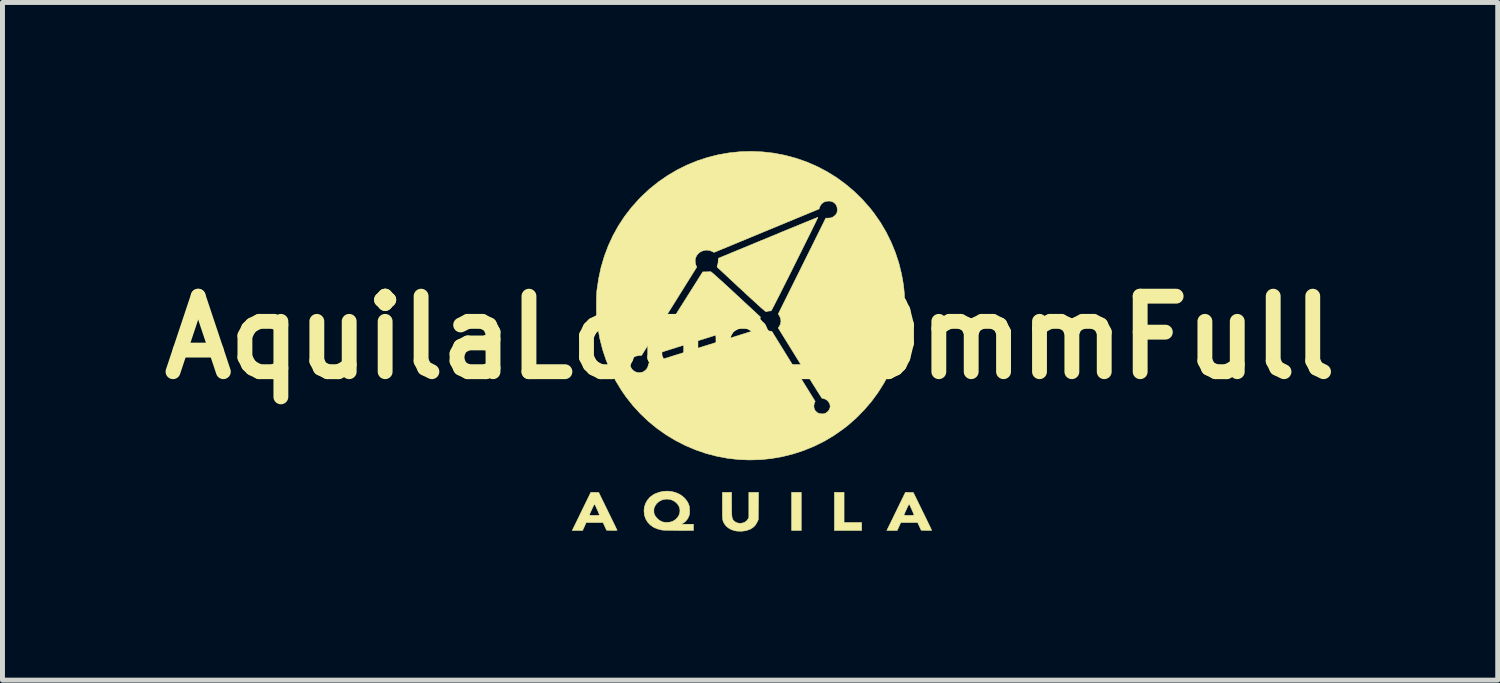
<source format=kicad_pcb>
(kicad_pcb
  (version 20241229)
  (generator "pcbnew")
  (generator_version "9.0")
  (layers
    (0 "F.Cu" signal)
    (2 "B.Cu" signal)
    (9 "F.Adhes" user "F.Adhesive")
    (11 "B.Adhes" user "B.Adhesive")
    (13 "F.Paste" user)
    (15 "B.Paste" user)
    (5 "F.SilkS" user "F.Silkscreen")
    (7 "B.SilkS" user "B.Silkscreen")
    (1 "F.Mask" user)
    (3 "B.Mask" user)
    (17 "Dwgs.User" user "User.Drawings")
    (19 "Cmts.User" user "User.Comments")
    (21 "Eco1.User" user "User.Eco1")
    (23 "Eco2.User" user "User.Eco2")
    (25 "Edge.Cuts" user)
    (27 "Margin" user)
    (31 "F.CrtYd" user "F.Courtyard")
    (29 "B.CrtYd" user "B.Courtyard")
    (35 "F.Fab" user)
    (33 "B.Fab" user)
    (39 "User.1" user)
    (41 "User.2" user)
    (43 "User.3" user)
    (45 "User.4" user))
  (footprint "AquilaLogo10mmFull"
    (layer "F.Cu")
    (at 12.09 3.763)
    (property "Reference" "AquilaLogo10mmFull" (at 0 0 0) (layer "F.SilkS") (effects (font (size 1.524 1.524) (thickness 0.3))))
    (attr through_hole)
    (fp_poly (pts (xy 1.033 3.895) (xy 0.838 3.895) (xy 0.838 3.124) (xy 1.033 3.124) (xy 1.033 3.895)) (stroke (width 0.01) (type solid)) (fill yes) (layer "F.SilkS"))
    (fp_poly (pts (xy 1.897 3.734) (xy 2.252 3.734) (xy 2.252 3.895) (xy 1.702 3.895) (xy 1.702 3.124) (xy 1.897 3.124) (xy 1.897 3.734)) (stroke (width 0.01) (type solid)) (fill yes) (layer "F.SilkS"))
    (fp_poly (pts (xy -0.787 -1.325) (xy -0.767 -1.309) (xy -0.735 -1.282) (xy -0.693 -1.245) (xy -0.641 -1.198) (xy -0.579 -1.143) (xy -0.508 -1.078) (xy -0.429 -1.006) (xy -0.342 -0.925) (xy -0.287 -0.874) (xy 0.208 -0.415) (xy 0.2 -0.37) (xy 0.192 -0.324) (xy -0.901 0.017) (xy -1.033 0.058) (xy -1.16 0.098) (xy -1.282 0.136) (xy -1.398 0.172) (xy -1.506 0.206) (xy -1.607 0.238) (xy -1.698 0.266) (xy -1.779 0.292) (xy -1.85 0.314) (xy -1.908 0.332) (xy -1.953 0.346) (xy -1.985 0.356) (xy -2.002 0.361) (xy -2.004 0.362) (xy -2.014 0.362) (xy -2.015 0.36) (xy -2.011 0.352) (xy -1.998 0.331) (xy -1.977 0.297) (xy -1.949 0.251) (xy -1.914 0.195) (xy -1.872 0.129) (xy -1.825 0.054) (xy -1.773 -0.029) (xy -1.716 -0.119) (xy -1.656 -0.215) (xy -1.592 -0.317) (xy -1.525 -0.423) (xy -1.485 -0.486) (xy -0.955 -1.325) (xy -0.882 -1.326) (xy -0.847 -1.327) (xy -0.818 -1.328) (xy -0.799 -1.33) (xy -0.796 -1.33) (xy -0.787 -1.325)) (stroke (width 0.01) (type solid)) (fill yes) (layer "F.SilkS"))
    (fp_poly (pts (xy -0.373 3.37) (xy -0.372 3.447) (xy -0.372 3.509) (xy -0.37 3.558) (xy -0.368 3.596) (xy -0.364 3.625) (xy -0.359 3.648) (xy -0.352 3.666) (xy -0.343 3.681) (xy -0.331 3.695) (xy -0.328 3.699) (xy -0.29 3.728) (xy -0.246 3.745) (xy -0.197 3.75) (xy -0.149 3.743) (xy -0.104 3.726) (xy -0.067 3.697) (xy -0.046 3.671) (xy -0.025 3.635) (xy -0.025 3.124) (xy 0.171 3.124) (xy 0.168 3.402) (xy 0.165 3.679) (xy 0.137 3.736) (xy 0.102 3.792) (xy 0.056 3.836) (xy -0.001 3.87) (xy -0.07 3.894) (xy -0.093 3.9) (xy -0.175 3.91) (xy -0.26 3.907) (xy -0.31 3.899) (xy -0.38 3.876) (xy -0.441 3.842) (xy -0.491 3.797) (xy -0.528 3.743) (xy -0.541 3.714) (xy -0.546 3.7) (xy -0.55 3.685) (xy -0.553 3.669) (xy -0.555 3.648) (xy -0.557 3.622) (xy -0.558 3.587) (xy -0.558 3.541) (xy -0.559 3.483) (xy -0.559 3.411) (xy -0.559 3.395) (xy -0.559 3.124) (xy -0.373 3.124) (xy -0.373 3.37)) (stroke (width 0.01) (type solid)) (fill yes) (layer "F.SilkS"))
    (fp_poly (pts (xy -3.135 3.126) (xy -3.055 3.128) (xy -2.87 3.507) (xy -2.833 3.582) (xy -2.799 3.652) (xy -2.768 3.715) (xy -2.741 3.771) (xy -2.718 3.818) (xy -2.701 3.855) (xy -2.689 3.879) (xy -2.684 3.89) (xy -2.684 3.891) (xy -2.692 3.892) (xy -2.714 3.893) (xy -2.746 3.893) (xy -2.785 3.893) (xy -2.79 3.893) (xy -2.896 3.89) (xy -2.932 3.812) (xy -2.968 3.734) (xy -3.308 3.734) (xy -3.344 3.814) (xy -3.381 3.895) (xy -3.59 3.895) (xy -3.579 3.871) (xy -3.573 3.859) (xy -3.56 3.833) (xy -3.542 3.796) (xy -3.518 3.747) (xy -3.49 3.69) (xy -3.459 3.626) (xy -3.438 3.583) (xy -3.243 3.583) (xy -3.235 3.586) (xy -3.213 3.588) (xy -3.181 3.589) (xy -3.142 3.59) (xy -3.141 3.59) (xy -3.102 3.589) (xy -3.07 3.588) (xy -3.048 3.586) (xy -3.04 3.583) (xy -3.04 3.583) (xy -3.043 3.573) (xy -3.052 3.552) (xy -3.064 3.522) (xy -3.079 3.487) (xy -3.096 3.451) (xy -3.111 3.416) (xy -3.124 3.387) (xy -3.134 3.367) (xy -3.138 3.36) (xy -3.143 3.364) (xy -3.152 3.382) (xy -3.166 3.408) (xy -3.182 3.441) (xy -3.198 3.476) (xy -3.214 3.511) (xy -3.228 3.542) (xy -3.238 3.567) (xy -3.243 3.582) (xy -3.243 3.583) (xy -3.438 3.583) (xy -3.425 3.556) (xy -3.391 3.486) (xy -3.214 3.124) (xy -3.135 3.126)) (stroke (width 0.01) (type solid)) (fill yes) (layer "F.SilkS"))
    (fp_poly (pts (xy 3.215 3.126) (xy 3.295 3.128) (xy 3.48 3.507) (xy 3.517 3.582) (xy 3.551 3.652) (xy 3.582 3.715) (xy 3.609 3.771) (xy 3.632 3.818) (xy 3.649 3.855) (xy 3.661 3.879) (xy 3.666 3.89) (xy 3.666 3.891) (xy 3.658 3.892) (xy 3.636 3.893) (xy 3.604 3.893) (xy 3.565 3.893) (xy 3.56 3.893) (xy 3.454 3.89) (xy 3.418 3.812) (xy 3.382 3.734) (xy 3.042 3.734) (xy 3.006 3.814) (xy 2.969 3.895) (xy 2.76 3.895) (xy 2.771 3.871) (xy 2.777 3.859) (xy 2.79 3.833) (xy 2.808 3.796) (xy 2.832 3.747) (xy 2.86 3.69) (xy 2.891 3.626) (xy 2.912 3.583) (xy 3.107 3.583) (xy 3.115 3.586) (xy 3.137 3.588) (xy 3.169 3.589) (xy 3.208 3.59) (xy 3.209 3.59) (xy 3.248 3.589) (xy 3.28 3.588) (xy 3.302 3.586) (xy 3.31 3.583) (xy 3.31 3.583) (xy 3.307 3.573) (xy 3.298 3.552) (xy 3.286 3.522) (xy 3.271 3.487) (xy 3.254 3.451) (xy 3.239 3.416) (xy 3.226 3.387) (xy 3.216 3.367) (xy 3.212 3.36) (xy 3.207 3.364) (xy 3.198 3.382) (xy 3.184 3.408) (xy 3.168 3.441) (xy 3.152 3.476) (xy 3.136 3.511) (xy 3.122 3.542) (xy 3.112 3.567) (xy 3.107 3.582) (xy 3.107 3.583) (xy 2.912 3.583) (xy 2.925 3.556) (xy 2.959 3.486) (xy 3.136 3.124) (xy 3.215 3.126)) (stroke (width 0.01) (type solid)) (fill yes) (layer "F.SilkS"))
    (fp_poly (pts (xy -1.584 3.108) (xy -1.504 3.128) (xy -1.43 3.16) (xy -1.364 3.203) (xy -1.308 3.256) (xy -1.263 3.319) (xy -1.25 3.344) (xy -1.237 3.375) (xy -1.228 3.403) (xy -1.224 3.434) (xy -1.221 3.476) (xy -1.221 3.48) (xy -1.22 3.522) (xy -1.222 3.554) (xy -1.227 3.581) (xy -1.236 3.608) (xy -1.26 3.657) (xy -1.295 3.701) (xy -1.334 3.736) (xy -1.357 3.75) (xy -1.393 3.768) (xy -1.268 3.768) (xy -1.143 3.768) (xy -1.143 3.895) (xy -1.441 3.894) (xy -1.513 3.893) (xy -1.58 3.892) (xy -1.642 3.891) (xy -1.695 3.89) (xy -1.737 3.889) (xy -1.767 3.887) (xy -1.78 3.886) (xy -1.867 3.864) (xy -1.944 3.831) (xy -2.01 3.786) (xy -2.063 3.731) (xy -2.104 3.666) (xy -2.13 3.593) (xy -2.134 3.574) (xy -2.141 3.497) (xy -1.942 3.497) (xy -1.941 3.533) (xy -1.935 3.561) (xy -1.921 3.59) (xy -1.916 3.599) (xy -1.881 3.646) (xy -1.835 3.687) (xy -1.782 3.716) (xy -1.771 3.72) (xy -1.727 3.729) (xy -1.676 3.731) (xy -1.623 3.727) (xy -1.577 3.715) (xy -1.565 3.711) (xy -1.51 3.678) (xy -1.467 3.637) (xy -1.437 3.59) (xy -1.419 3.538) (xy -1.415 3.484) (xy -1.425 3.431) (xy -1.449 3.38) (xy -1.489 3.334) (xy -1.49 3.333) (xy -1.543 3.295) (xy -1.602 3.271) (xy -1.664 3.261) (xy -1.725 3.264) (xy -1.784 3.28) (xy -1.838 3.309) (xy -1.885 3.35) (xy -1.916 3.395) (xy -1.932 3.425) (xy -1.94 3.453) (xy -1.942 3.486) (xy -1.942 3.497) (xy -2.141 3.497) (xy -2.141 3.496) (xy -2.133 3.419) (xy -2.109 3.347) (xy -2.071 3.281) (xy -2.021 3.223) (xy -1.958 3.176) (xy -1.92 3.155) (xy -1.837 3.123) (xy -1.752 3.105) (xy -1.667 3.1) (xy -1.584 3.108)) (stroke (width 0.01) (type solid)) (fill yes) (layer "F.SilkS"))
    (fp_poly (pts (xy 1.369 -2.427) (xy 1.366 -2.419) (xy 1.356 -2.397) (xy 1.339 -2.362) (xy 1.317 -2.315) (xy 1.289 -2.258) (xy 1.256 -2.191) (xy 1.219 -2.115) (xy 1.178 -2.033) (xy 1.134 -1.944) (xy 1.087 -1.85) (xy 1.039 -1.752) (xy 0.988 -1.651) (xy 0.937 -1.548) (xy 0.885 -1.444) (xy 0.834 -1.341) (xy 0.783 -1.239) (xy 0.733 -1.14) (xy 0.685 -1.045) (xy 0.64 -0.955) (xy 0.597 -0.87) (xy 0.558 -0.793) (xy 0.522 -0.723) (xy 0.492 -0.663) (xy 0.466 -0.614) (xy 0.446 -0.575) (xy 0.432 -0.55) (xy 0.425 -0.538) (xy 0.425 -0.537) (xy 0.413 -0.538) (xy 0.39 -0.536) (xy 0.362 -0.532) (xy 0.336 -0.526) (xy 0.322 -0.522) (xy 0.313 -0.527) (xy 0.292 -0.543) (xy 0.259 -0.571) (xy 0.214 -0.61) (xy 0.158 -0.661) (xy 0.09 -0.723) (xy 0.01 -0.796) (xy -0.081 -0.879) (xy -0.169 -0.962) (xy -0.246 -1.032) (xy -0.318 -1.1) (xy -0.387 -1.164) (xy -0.449 -1.222) (xy -0.506 -1.275) (xy -0.555 -1.321) (xy -0.596 -1.359) (xy -0.628 -1.388) (xy -0.649 -1.408) (xy -0.659 -1.417) (xy -0.659 -1.418) (xy -0.666 -1.428) (xy -0.665 -1.441) (xy -0.657 -1.464) (xy -0.657 -1.464) (xy -0.649 -1.493) (xy -0.644 -1.529) (xy -0.643 -1.549) (xy -0.642 -1.581) (xy -0.636 -1.6) (xy -0.633 -1.603) (xy -0.624 -1.606) (xy -0.6 -1.616) (xy -0.563 -1.632) (xy -0.512 -1.653) (xy -0.45 -1.678) (xy -0.377 -1.709) (xy -0.294 -1.743) (xy -0.202 -1.781) (xy -0.102 -1.822) (xy 0.006 -1.867) (xy 0.119 -1.914) (xy 0.238 -1.963) (xy 0.362 -2.014) (xy 0.372 -2.018) (xy 0.495 -2.069) (xy 0.614 -2.119) (xy 0.728 -2.166) (xy 0.836 -2.21) (xy 0.936 -2.251) (xy 1.028 -2.289) (xy 1.111 -2.323) (xy 1.185 -2.353) (xy 1.247 -2.378) (xy 1.298 -2.399) (xy 1.335 -2.414) (xy 1.36 -2.423) (xy 1.369 -2.427) (xy 1.369 -2.427)) (stroke (width 0.01) (type solid)) (fill yes) (layer "F.SilkS"))
    (fp_poly (pts (xy 0.249 -3.748) (xy 0.474 -3.723) (xy 0.699 -3.68) (xy 0.711 -3.677) (xy 0.931 -3.618) (xy 1.146 -3.543) (xy 1.353 -3.453) (xy 1.553 -3.348) (xy 1.745 -3.229) (xy 1.927 -3.096) (xy 2.1 -2.95) (xy 2.263 -2.791) (xy 2.415 -2.62) (xy 2.501 -2.51) (xy 2.63 -2.325) (xy 2.745 -2.131) (xy 2.845 -1.929) (xy 2.931 -1.72) (xy 3.002 -1.505) (xy 3.056 -1.286) (xy 3.081 -1.151) (xy 3.094 -1.07) (xy 3.103 -0.997) (xy 3.11 -0.928) (xy 3.115 -0.857) (xy 3.118 -0.781) (xy 3.119 -0.695) (xy 3.119 -0.643) (xy 3.119 -0.55) (xy 3.117 -0.469) (xy 3.113 -0.396) (xy 3.107 -0.326) (xy 3.099 -0.256) (xy 3.088 -0.18) (xy 3.081 -0.135) (xy 3.036 0.087) (xy 2.976 0.304) (xy 2.899 0.516) (xy 2.808 0.721) (xy 2.702 0.919) (xy 2.583 1.109) (xy 2.449 1.291) (xy 2.302 1.462) (xy 2.143 1.624) (xy 1.972 1.774) (xy 1.875 1.849) (xy 1.69 1.978) (xy 1.497 2.093) (xy 1.295 2.193) (xy 1.087 2.278) (xy 0.874 2.348) (xy 0.656 2.403) (xy 0.434 2.442) (xy 0.21 2.465) (xy -0.015 2.471) (xy -0.224 2.463) (xy -0.45 2.438) (xy -0.672 2.396) (xy -0.89 2.339) (xy -1.102 2.266) (xy -1.308 2.179) (xy -1.506 2.077) (xy -1.697 1.962) (xy -1.88 1.833) (xy -2.053 1.691) (xy -2.216 1.536) (xy -2.368 1.37) (xy -2.508 1.192) (xy -2.595 1.066) (xy -2.713 0.872) (xy -2.816 0.671) (xy -2.866 0.551) (xy -2.421 0.551) (xy -2.41 0.595) (xy -2.388 0.635) (xy -2.357 0.667) (xy -2.317 0.692) (xy -2.273 0.706) (xy -2.224 0.709) (xy -2.174 0.699) (xy -2.151 0.689) (xy -2.108 0.658) (xy -2.075 0.617) (xy -2.056 0.569) (xy -2.054 0.559) (xy -2.049 0.526) (xy -1.966 0.5) (xy -1.948 0.494) (xy -1.915 0.484) (xy -1.867 0.469) (xy -1.807 0.45) (xy -1.735 0.428) (xy -1.651 0.402) (xy -1.558 0.372) (xy -1.456 0.34) (xy -1.346 0.306) (xy -1.229 0.269) (xy -1.107 0.231) (xy -0.979 0.191) (xy -0.848 0.15) (xy -0.818 0.141) (xy 0.248 -0.193) (xy 0.288 -0.168) (xy 0.328 -0.149) (xy 0.375 -0.135) (xy 0.384 -0.133) (xy 0.44 -0.124) (xy 0.877 0.583) (xy 1.314 1.289) (xy 1.299 1.321) (xy 1.288 1.364) (xy 1.289 1.41) (xy 1.302 1.454) (xy 1.316 1.477) (xy 1.351 1.512) (xy 1.394 1.533) (xy 1.447 1.54) (xy 1.452 1.541) (xy 1.487 1.539) (xy 1.513 1.532) (xy 1.539 1.518) (xy 1.542 1.516) (xy 1.577 1.486) (xy 1.603 1.447) (xy 1.616 1.404) (xy 1.617 1.388) (xy 1.609 1.342) (xy 1.586 1.3) (xy 1.553 1.265) (xy 1.511 1.241) (xy 1.496 1.236) (xy 1.472 1.23) (xy 1.454 1.225) (xy 1.451 1.224) (xy 1.447 1.219) (xy 1.439 1.207) (xy 1.425 1.185) (xy 1.405 1.155) (xy 1.38 1.115) (xy 1.348 1.065) (xy 1.311 1.005) (xy 1.266 0.935) (xy 1.216 0.853) (xy 1.158 0.76) (xy 1.092 0.655) (xy 1.02 0.537) (xy 0.939 0.407) (xy 0.851 0.264) (xy 0.754 0.107) (xy 0.648 -0.063) (xy 0.624 -0.103) (xy 0.568 -0.193) (xy 0.59 -0.224) (xy 0.614 -0.274) (xy 0.623 -0.328) (xy 0.617 -0.383) (xy 0.594 -0.435) (xy 0.589 -0.444) (xy 0.568 -0.475) (xy 1.048 -1.442) (xy 1.528 -2.41) (xy 1.579 -2.41) (xy 1.632 -2.416) (xy 1.678 -2.435) (xy 1.713 -2.463) (xy 1.74 -2.493) (xy 1.755 -2.526) (xy 1.761 -2.568) (xy 1.761 -2.583) (xy 1.754 -2.638) (xy 1.733 -2.684) (xy 1.699 -2.72) (xy 1.655 -2.744) (xy 1.601 -2.755) (xy 1.584 -2.755) (xy 1.526 -2.748) (xy 1.477 -2.727) (xy 1.438 -2.693) (xy 1.409 -2.645) (xy 1.403 -2.628) (xy 1.391 -2.595) (xy 0.332 -2.157) (xy -0.728 -1.718) (xy -0.759 -1.735) (xy -0.819 -1.758) (xy -0.88 -1.765) (xy -0.931 -1.758) (xy -0.993 -1.735) (xy -1.042 -1.7) (xy -1.078 -1.655) (xy -1.099 -1.61) (xy -1.108 -1.565) (xy -1.107 -1.516) (xy -1.097 -1.47) (xy -1.092 -1.458) (xy -1.076 -1.423) (xy -1.633 -0.531) (xy -2.19 0.36) (xy -2.249 0.364) (xy -2.307 0.376) (xy -2.354 0.4) (xy -2.39 0.436) (xy -2.402 0.456) (xy -2.419 0.505) (xy -2.421 0.551) (xy -2.866 0.551) (xy -2.903 0.463) (xy -2.975 0.249) (xy -3.032 0.026) (xy -3.075 -0.204) (xy -3.092 -0.334) (xy -3.096 -0.38) (xy -3.099 -0.439) (xy -3.101 -0.508) (xy -3.102 -0.583) (xy -3.102 -0.661) (xy -3.101 -0.738) (xy -3.1 -0.81) (xy -3.097 -0.875) (xy -3.094 -0.929) (xy -3.092 -0.953) (xy -3.057 -1.188) (xy -3.008 -1.416) (xy -2.943 -1.637) (xy -2.863 -1.85) (xy -2.768 -2.056) (xy -2.659 -2.253) (xy -2.535 -2.442) (xy -2.396 -2.623) (xy -2.242 -2.795) (xy -2.193 -2.845) (xy -2.026 -3.001) (xy -1.849 -3.143) (xy -1.664 -3.27) (xy -1.471 -3.384) (xy -1.271 -3.483) (xy -1.066 -3.567) (xy -0.855 -3.636) (xy -0.64 -3.69) (xy -0.421 -3.728) (xy -0.199 -3.751) (xy 0.024 -3.758) (xy 0.249 -3.748)) (stroke (width 0.01) (type solid)) (fill yes) (layer "F.SilkS")))
  (gr_rect
    (start -3 -3)
    (end 27.181 10.678)
    (stroke (width 0.1) (type default))
    (fill no)
    (layer "Edge.Cuts")))
</source>
